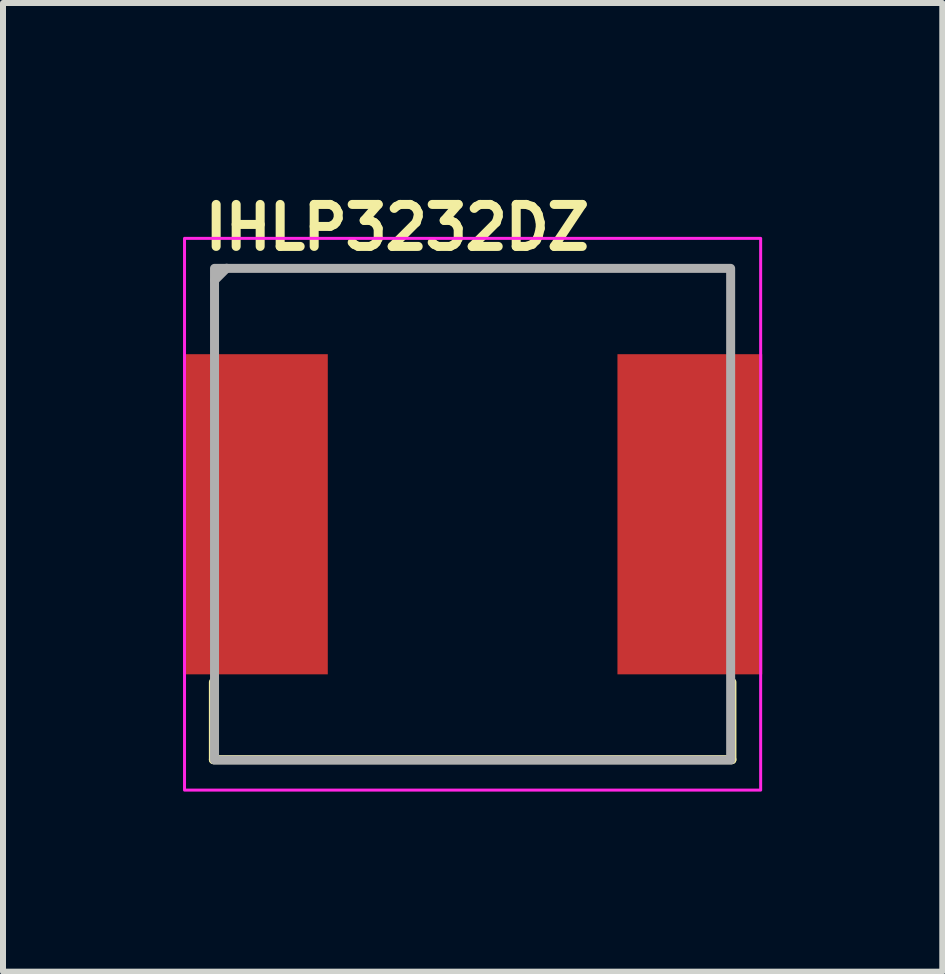
<source format=kicad_pcb>
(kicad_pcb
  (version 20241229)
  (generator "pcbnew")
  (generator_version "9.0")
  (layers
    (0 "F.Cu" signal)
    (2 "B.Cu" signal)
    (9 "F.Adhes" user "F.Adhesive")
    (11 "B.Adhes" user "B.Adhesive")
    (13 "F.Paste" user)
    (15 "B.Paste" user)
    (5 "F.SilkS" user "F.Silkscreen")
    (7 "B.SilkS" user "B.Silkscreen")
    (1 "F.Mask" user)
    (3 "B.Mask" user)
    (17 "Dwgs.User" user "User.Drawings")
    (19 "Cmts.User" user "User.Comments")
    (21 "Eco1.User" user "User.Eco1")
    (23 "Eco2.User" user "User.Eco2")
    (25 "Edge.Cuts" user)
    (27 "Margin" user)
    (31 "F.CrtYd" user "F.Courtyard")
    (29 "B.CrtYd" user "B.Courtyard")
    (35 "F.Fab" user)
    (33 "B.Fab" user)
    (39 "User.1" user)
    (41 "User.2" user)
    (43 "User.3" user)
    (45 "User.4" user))
  (footprint "IHLP3232DZ"
    (layer "F.Cu")
    (at 4.827 5.52)
    (property "Reference" "IHLP3232DZ" (at -4.54 -4.37 0) (layer "F.SilkS") (effects (font (size 0.7 0.7) (thickness 0.15)) (justify left bottom)))
    (attr smd)
    (fp_line (start -4.321 4.089) (end -4.321 2.798) (stroke (width 0.15) (type solid)) (layer "F.SilkS"))
    (fp_line (start -4.321 4.089) (end 4.32 4.089) (stroke (width 0.15) (type solid)) (layer "F.SilkS"))
    (fp_line (start 4.32 2.798) (end 4.32 4.089) (stroke (width 0.15) (type solid)) (layer "F.SilkS"))
    (fp_rect (start -4.802 -4.598) (end 4.799 4.597) (stroke (width 0.05) (type solid)) (fill no) (layer "F.CrtYd"))
    (fp_line (start -4.3 -3.9) (end -4.1 -4.1) (stroke (width 0.15) (type solid)) (layer "F.Fab"))
    (fp_rect (start -4.302 -4.098) (end 4.299 4.097) (stroke (width 0.15) (type solid)) (fill no) (layer "F.Fab"))
    (fp_rect (start -4.302 -4.098) (end 4.299 4.097) (stroke (width 0.1) (type solid)) (fill no) (layer "User.5"))
    (fp_line (start -4.302 -0.363) (end -4.302 -0.363) (stroke (width 0.02) (type solid)) (layer "User.9"))
    (fp_line (start -4.302 -0.363) (end -4.302 -0.254) (stroke (width 0.02) (type solid)) (layer "User.9"))
    (fp_line (start -4.302 -0.363) (end -4.3 -0.364) (stroke (width 0.02) (type solid)) (layer "User.9"))
    (fp_line (start -4.302 -0.363) (end -4.098 -0.363) (stroke (width 0.02) (type solid)) (layer "User.9"))
    (fp_line (start -4.302 1.142) (end -4.302 -0.254) (stroke (width 0.02) (type solid)) (layer "User.9"))
    (fp_line (start -4.302 1.142) (end -4.302 1.251) (stroke (width 0.02) (type solid)) (layer "User.9"))
    (fp_line (start -4.302 1.251) (end -4.302 2.539) (stroke (width 0.02) (type solid)) (layer "User.9"))
    (fp_line (start -4.302 2.539) (end -4.098 2.539) (stroke (width 0.02) (type solid)) (layer "User.9"))
    (fp_line (start -4.3 -0.367) (end -4.298 -0.368) (stroke (width 0.02) (type solid)) (layer "User.9"))
    (fp_line (start -4.3 -0.366) (end -4.3 -0.367) (stroke (width 0.02) (type solid)) (layer "User.9"))
    (fp_line (start -4.3 -0.366) (end -4.3 -0.366) (stroke (width 0.02) (type solid)) (layer "User.9"))
    (fp_line (start -4.3 -0.365) (end -4.3 -0.366) (stroke (width 0.02) (type solid)) (layer "User.9"))
    (fp_line (start -4.3 -0.365) (end -4.3 -0.365) (stroke (width 0.02) (type solid)) (layer "User.9"))
    (fp_line (start -4.3 -0.364) (end -4.3 -0.365) (stroke (width 0.02) (type solid)) (layer "User.9"))
    (fp_line (start -4.3 1.251) (end -4.302 1.251) (stroke (width 0.02) (type solid)) (layer "User.9"))
    (fp_line (start -4.3 1.253) (end -4.3 1.251) (stroke (width 0.02) (type solid)) (layer "User.9"))
    (fp_line (start -4.3 1.253) (end -4.3 1.253) (stroke (width 0.02) (type solid)) (layer "User.9"))
    (fp_line (start -4.298 -0.368) (end -4.297 -0.368) (stroke (width 0.02) (type solid)) (layer "User.9"))
    (fp_line (start -4.298 1.255) (end -4.3 1.253) (stroke (width 0.02) (type solid)) (layer "User.9"))
    (fp_line (start -4.297 -0.369) (end -4.297 -0.369) (stroke (width 0.02) (type solid)) (layer "User.9"))
    (fp_line (start -4.297 -0.369) (end -4.295 -0.37) (stroke (width 0.02) (type solid)) (layer "User.9"))
    (fp_line (start -4.297 -0.368) (end -4.297 -0.369) (stroke (width 0.02) (type solid)) (layer "User.9"))
    (fp_line (start -4.297 1.257) (end -4.298 1.255) (stroke (width 0.02) (type solid)) (layer "User.9"))
    (fp_line (start -4.295 -0.37) (end -4.295 -0.37) (stroke (width 0.02) (type solid)) (layer "User.9"))
    (fp_line (start -4.295 -0.37) (end -4.294 -0.371) (stroke (width 0.02) (type solid)) (layer "User.9"))
    (fp_line (start -4.295 1.257) (end -4.297 1.257) (stroke (width 0.02) (type solid)) (layer "User.9"))
    (fp_line (start -4.294 -0.371) (end -4.292 -0.372) (stroke (width 0.02) (type solid)) (layer "User.9"))
    (fp_line (start -4.294 1.259) (end -4.295 1.257) (stroke (width 0.02) (type solid)) (layer "User.9"))
    (fp_line (start -4.292 -0.372) (end -4.29 -0.372) (stroke (width 0.02) (type solid)) (layer "User.9"))
    (fp_line (start -4.29 -0.372) (end -4.289 -0.373) (stroke (width 0.02) (type solid)) (layer "User.9"))
    (fp_line (start -4.29 1.259) (end -4.294 1.259) (stroke (width 0.02) (type solid)) (layer "User.9"))
    (fp_line (start -4.289 -0.373) (end -4.287 -0.373) (stroke (width 0.02) (type solid)) (layer "User.9"))
    (fp_line (start -4.287 -0.373) (end -4.284 -0.375) (stroke (width 0.02) (type solid)) (layer "User.9"))
    (fp_line (start -4.287 1.261) (end -4.29 1.259) (stroke (width 0.02) (type solid)) (layer "User.9"))
    (fp_line (start -4.284 -0.375) (end -4.281 -0.376) (stroke (width 0.02) (type solid)) (layer "User.9"))
    (fp_line (start -4.284 1.263) (end -4.287 1.261) (stroke (width 0.02) (type solid)) (layer "User.9"))
    (fp_line (start -4.281 -0.376) (end -4.278 -0.377) (stroke (width 0.02) (type solid)) (layer "User.9"))
    (fp_line (start -4.281 1.263) (end -4.284 1.263) (stroke (width 0.02) (type solid)) (layer "User.9"))
    (fp_line (start -4.278 -0.377) (end -4.273 -0.378) (stroke (width 0.02) (type solid)) (layer "User.9"))
    (fp_line (start -4.278 1.265) (end -4.281 1.263) (stroke (width 0.02) (type solid)) (layer "User.9"))
    (fp_line (start -4.273 -0.378) (end -4.27 -0.379) (stroke (width 0.02) (type solid)) (layer "User.9"))
    (fp_line (start -4.273 1.265) (end -4.278 1.265) (stroke (width 0.02) (type solid)) (layer "User.9"))
    (fp_line (start -4.27 -0.379) (end -4.265 -0.38) (stroke (width 0.02) (type solid)) (layer "User.9"))
    (fp_line (start -4.27 1.267) (end -4.273 1.265) (stroke (width 0.02) (type solid)) (layer "User.9"))
    (fp_line (start -4.265 -0.38) (end -4.26 -0.381) (stroke (width 0.02) (type solid)) (layer "User.9"))
    (fp_line (start -4.26 -0.381) (end -4.098 -0.381) (stroke (width 0.02) (type solid)) (layer "User.9"))
    (fp_line (start -4.26 1.269) (end -4.27 1.267) (stroke (width 0.02) (type solid)) (layer "User.9"))
    (fp_line (start -4.098 -3.093) (end -4.098 -2.54) (stroke (width 0.02) (type solid)) (layer "User.9"))
    (fp_line (start -4.098 -2.54) (end -4.302 -2.54) (stroke (width 0.02) (type solid)) (layer "User.9"))
    (fp_line (start -4.098 -2.54) (end -3.844 -2.54) (stroke (width 0.02) (type solid)) (layer "User.9"))
    (fp_line (start -4.098 -0.381) (end -4.098 1.269) (stroke (width 0.02) (type solid)) (layer "User.9"))
    (fp_line (start -4.098 -0.363) (end -4.098 -0.254) (stroke (width 0.02) (type solid)) (layer "User.9"))
    (fp_line (start -4.098 1.142) (end -4.098 -0.254) (stroke (width 0.02) (type solid)) (layer "User.9"))
    (fp_line (start -4.098 1.142) (end -4.098 1.251) (stroke (width 0.02) (type solid)) (layer "User.9"))
    (fp_line (start -4.098 1.251) (end -4.302 1.251) (stroke (width 0.02) (type solid)) (layer "User.9"))
    (fp_line (start -4.098 1.269) (end -4.26 1.269) (stroke (width 0.02) (type solid)) (layer "User.9"))
    (fp_line (start -4.098 2.539) (end -4.098 3.091) (stroke (width 0.02) (type solid)) (layer "User.9"))
    (fp_line (start -4.098 3.091) (end -4.096 3.14) (stroke (width 0.02) (type solid)) (layer "User.9"))
    (fp_line (start -4.096 -3.142) (end -4.098 -3.093) (stroke (width 0.02) (type solid)) (layer "User.9"))
    (fp_line (start -4.096 3.14) (end -4.093 3.189) (stroke (width 0.02) (type solid)) (layer "User.9"))
    (fp_line (start -4.093 -3.192) (end -4.096 -3.142) (stroke (width 0.02) (type solid)) (layer "User.9"))
    (fp_line (start -4.093 3.189) (end -4.087 3.238) (stroke (width 0.02) (type solid)) (layer "User.9"))
    (fp_line (start -4.087 -3.241) (end -4.093 -3.192) (stroke (width 0.02) (type solid)) (layer "User.9"))
    (fp_line (start -4.087 3.238) (end -4.079 3.288) (stroke (width 0.02) (type solid)) (layer "User.9"))
    (fp_line (start -4.079 -3.29) (end -4.087 -3.241) (stroke (width 0.02) (type solid)) (layer "User.9"))
    (fp_line (start -4.079 3.288) (end -4.068 3.335) (stroke (width 0.02) (type solid)) (layer "User.9"))
    (fp_line (start -4.068 -3.338) (end -4.079 -3.29) (stroke (width 0.02) (type solid)) (layer "User.9"))
    (fp_line (start -4.068 3.335) (end -4.055 3.382) (stroke (width 0.02) (type solid)) (layer "User.9"))
    (fp_line (start -4.055 -3.384) (end -4.068 -3.338) (stroke (width 0.02) (type solid)) (layer "User.9"))
    (fp_line (start -4.055 3.382) (end -4.039 3.43) (stroke (width 0.02) (type solid)) (layer "User.9"))
    (fp_line (start -4.039 -3.431) (end -4.055 -3.384) (stroke (width 0.02) (type solid)) (layer "User.9"))
    (fp_line (start -4.039 3.43) (end -4.021 3.475) (stroke (width 0.02) (type solid)) (layer "User.9"))
    (fp_line (start -4.021 -3.477) (end -4.039 -3.431) (stroke (width 0.02) (type solid)) (layer "User.9"))
    (fp_line (start -4.021 3.475) (end -4.002 3.519) (stroke (width 0.02) (type solid)) (layer "User.9"))
    (fp_line (start -4.002 -3.521) (end -4.021 -3.477) (stroke (width 0.02) (type solid)) (layer "User.9"))
    (fp_line (start -4.002 3.519) (end -3.98 3.563) (stroke (width 0.02) (type solid)) (layer "User.9"))
    (fp_line (start -3.98 -3.565) (end -4.002 -3.521) (stroke (width 0.02) (type solid)) (layer "User.9"))
    (fp_line (start -3.98 3.563) (end -3.955 3.607) (stroke (width 0.02) (type solid)) (layer "User.9"))
    (fp_line (start -3.955 -3.609) (end -3.98 -3.565) (stroke (width 0.02) (type solid)) (layer "User.9"))
    (fp_line (start -3.955 3.607) (end -3.93 3.648) (stroke (width 0.02) (type solid)) (layer "User.9"))
    (fp_line (start -3.93 -3.65) (end -3.955 -3.609) (stroke (width 0.02) (type solid)) (layer "User.9"))
    (fp_line (start -3.93 3.648) (end -3.9 3.688) (stroke (width 0.02) (type solid)) (layer "User.9"))
    (fp_line (start -3.9 -3.69) (end -3.93 -3.65) (stroke (width 0.02) (type solid)) (layer "User.9"))
    (fp_line (start -3.9 3.688) (end -3.871 3.728) (stroke (width 0.02) (type solid)) (layer "User.9"))
    (fp_line (start -3.871 -3.73) (end -3.9 -3.69) (stroke (width 0.02) (type solid)) (layer "User.9"))
    (fp_line (start -3.871 3.728) (end -3.838 3.765) (stroke (width 0.02) (type solid)) (layer "User.9"))
    (fp_line (start -3.844 -3.041) (end -3.843 -3.092) (stroke (width 0.02) (type solid)) (layer "User.9"))
    (fp_line (start -3.844 -0.381) (end -4.098 -0.381) (stroke (width 0.02) (type solid)) (layer "User.9"))
    (fp_line (start -3.844 1.269) (end -4.098 1.269) (stroke (width 0.02) (type solid)) (layer "User.9"))
    (fp_line (start -3.844 1.269) (end -4.098 1.269) (stroke (width 0.02) (type solid)) (layer "User.9"))
    (fp_line (start -3.844 2.539) (end -4.098 2.539) (stroke (width 0.02) (type solid)) (layer "User.9"))
    (fp_line (start -3.844 3.039) (end -3.844 -3.041) (stroke (width 0.02) (type solid)) (layer "User.9"))
    (fp_line (start -3.843 -3.092) (end -3.839 -3.141) (stroke (width 0.02) (type solid)) (layer "User.9"))
    (fp_line (start -3.843 3.089) (end -3.844 3.039) (stroke (width 0.02) (type solid)) (layer "User.9"))
    (fp_line (start -3.839 -3.141) (end -3.833 -3.189) (stroke (width 0.02) (type solid)) (layer "User.9"))
    (fp_line (start -3.839 3.139) (end -3.843 3.089) (stroke (width 0.02) (type solid)) (layer "User.9"))
    (fp_line (start -3.838 -3.767) (end -3.871 -3.73) (stroke (width 0.02) (type solid)) (layer "User.9"))
    (fp_line (start -3.838 3.765) (end -3.803 3.801) (stroke (width 0.02) (type solid)) (layer "User.9"))
    (fp_line (start -3.833 -3.189) (end -3.825 -3.238) (stroke (width 0.02) (type solid)) (layer "User.9"))
    (fp_line (start -3.833 3.188) (end -3.839 3.139) (stroke (width 0.02) (type solid)) (layer "User.9"))
    (fp_line (start -3.825 -3.238) (end -3.814 -3.286) (stroke (width 0.02) (type solid)) (layer "User.9"))
    (fp_line (start -3.825 3.237) (end -3.833 3.188) (stroke (width 0.02) (type solid)) (layer "User.9"))
    (fp_line (start -3.814 -3.286) (end -3.801 -3.334) (stroke (width 0.02) (type solid)) (layer "User.9"))
    (fp_line (start -3.814 3.285) (end -3.825 3.237) (stroke (width 0.02) (type solid)) (layer "User.9"))
    (fp_line (start -3.803 -3.803) (end -3.838 -3.767) (stroke (width 0.02) (type solid)) (layer "User.9"))
    (fp_line (start -3.803 -3.803) (end -3.803 -3.803) (stroke (width 0.02) (type solid)) (layer "User.9"))
    (fp_line (start -3.803 3.801) (end -3.803 3.801) (stroke (width 0.02) (type solid)) (layer "User.9"))
    (fp_line (start -3.803 3.801) (end -3.767 3.836) (stroke (width 0.02) (type solid)) (layer "User.9"))
    (fp_line (start -3.801 -3.334) (end -3.786 -3.38) (stroke (width 0.02) (type solid)) (layer "User.9"))
    (fp_line (start -3.801 3.331) (end -3.814 3.285) (stroke (width 0.02) (type solid)) (layer "User.9"))
    (fp_line (start -3.786 -3.38) (end -3.767 -3.427) (stroke (width 0.02) (type solid)) (layer "User.9"))
    (fp_line (start -3.786 3.378) (end -3.801 3.331) (stroke (width 0.02) (type solid)) (layer "User.9"))
    (fp_line (start -3.767 -3.838) (end -3.803 -3.803) (stroke (width 0.02) (type solid)) (layer "User.9"))
    (fp_line (start -3.767 -3.427) (end -3.747 -3.472) (stroke (width 0.02) (type solid)) (layer "User.9"))
    (fp_line (start -3.767 3.425) (end -3.786 3.378) (stroke (width 0.02) (type solid)) (layer "User.9"))
    (fp_line (start -3.767 3.836) (end -3.73 3.869) (stroke (width 0.02) (type solid)) (layer "User.9"))
    (fp_line (start -3.747 -3.472) (end -3.726 -3.516) (stroke (width 0.02) (type solid)) (layer "User.9"))
    (fp_line (start -3.747 3.47) (end -3.767 3.425) (stroke (width 0.02) (type solid)) (layer "User.9"))
    (fp_line (start -3.73 -3.871) (end -3.767 -3.838) (stroke (width 0.02) (type solid)) (layer "User.9"))
    (fp_line (start -3.73 3.869) (end -3.69 3.898) (stroke (width 0.02) (type solid)) (layer "User.9"))
    (fp_line (start -3.726 -3.516) (end -3.701 -3.557) (stroke (width 0.02) (type solid)) (layer "User.9"))
    (fp_line (start -3.726 3.514) (end -3.747 3.47) (stroke (width 0.02) (type solid)) (layer "User.9"))
    (fp_line (start -3.701 -3.557) (end -3.676 -3.6) (stroke (width 0.02) (type solid)) (layer "User.9"))
    (fp_line (start -3.701 3.555) (end -3.726 3.514) (stroke (width 0.02) (type solid)) (layer "User.9"))
    (fp_line (start -3.69 -3.9) (end -3.73 -3.871) (stroke (width 0.02) (type solid)) (layer "User.9"))
    (fp_line (start -3.69 3.898) (end -3.65 3.927) (stroke (width 0.02) (type solid)) (layer "User.9"))
    (fp_line (start -3.676 -3.6) (end -3.646 -3.64) (stroke (width 0.02) (type solid)) (layer "User.9"))
    (fp_line (start -3.676 3.597) (end -3.701 3.555) (stroke (width 0.02) (type solid)) (layer "User.9"))
    (fp_line (start -3.65 -3.93) (end -3.69 -3.9) (stroke (width 0.02) (type solid)) (layer "User.9"))
    (fp_line (start -3.65 3.927) (end -3.609 3.954) (stroke (width 0.02) (type solid)) (layer "User.9"))
    (fp_line (start -3.646 -3.64) (end -3.617 -3.678) (stroke (width 0.02) (type solid)) (layer "User.9"))
    (fp_line (start -3.646 3.637) (end -3.676 3.597) (stroke (width 0.02) (type solid)) (layer "User.9"))
    (fp_line (start -3.617 -3.678) (end -3.584 -3.717) (stroke (width 0.02) (type solid)) (layer "User.9"))
    (fp_line (start -3.617 3.676) (end -3.646 3.637) (stroke (width 0.02) (type solid)) (layer "User.9"))
    (fp_line (start -3.609 -3.955) (end -3.65 -3.93) (stroke (width 0.02) (type solid)) (layer "User.9"))
    (fp_line (start -3.609 3.954) (end -3.565 3.978) (stroke (width 0.02) (type solid)) (layer "User.9"))
    (fp_line (start -3.584 -3.717) (end -3.549 -3.753) (stroke (width 0.02) (type solid)) (layer "User.9"))
    (fp_line (start -3.584 3.714) (end -3.617 3.676) (stroke (width 0.02) (type solid)) (layer "User.9"))
    (fp_line (start -3.565 -3.98) (end -3.609 -3.955) (stroke (width 0.02) (type solid)) (layer "User.9"))
    (fp_line (start -3.565 3.978) (end -3.521 3.999) (stroke (width 0.02) (type solid)) (layer "User.9"))
    (fp_line (start -3.549 -3.753) (end -3.549 -3.753) (stroke (width 0.02) (type solid)) (layer "User.9"))
    (fp_line (start -3.549 -3.753) (end -3.513 -3.787) (stroke (width 0.02) (type solid)) (layer "User.9"))
    (fp_line (start -3.549 3.75) (end -3.584 3.714) (stroke (width 0.02) (type solid)) (layer "User.9"))
    (fp_line (start -3.549 3.75) (end -3.549 3.75) (stroke (width 0.02) (type solid)) (layer "User.9"))
    (fp_line (start -3.521 -4.002) (end -3.565 -3.98) (stroke (width 0.02) (type solid)) (layer "User.9"))
    (fp_line (start -3.521 3.999) (end -3.477 4.02) (stroke (width 0.02) (type solid)) (layer "User.9"))
    (fp_line (start -3.513 -3.787) (end -3.476 -3.819) (stroke (width 0.02) (type solid)) (layer "User.9"))
    (fp_line (start -3.513 3.785) (end -3.549 3.75) (stroke (width 0.02) (type solid)) (layer "User.9"))
    (fp_line (start -3.477 -4.021) (end -3.521 -4.002) (stroke (width 0.02) (type solid)) (layer "User.9"))
    (fp_line (start -3.477 4.02) (end -3.431 4.038) (stroke (width 0.02) (type solid)) (layer "User.9"))
    (fp_line (start -3.476 -3.819) (end -3.436 -3.85) (stroke (width 0.02) (type solid)) (layer "User.9"))
    (fp_line (start -3.476 3.817) (end -3.513 3.785) (stroke (width 0.02) (type solid)) (layer "User.9"))
    (fp_line (start -3.436 -3.85) (end -3.396 -3.879) (stroke (width 0.02) (type solid)) (layer "User.9"))
    (fp_line (start -3.436 3.847) (end -3.476 3.817) (stroke (width 0.02) (type solid)) (layer "User.9"))
    (fp_line (start -3.431 -4.039) (end -3.477 -4.021) (stroke (width 0.02) (type solid)) (layer "User.9"))
    (fp_line (start -3.431 4.038) (end -3.384 4.052) (stroke (width 0.02) (type solid)) (layer "User.9"))
    (fp_line (start -3.396 -3.879) (end -3.355 -3.904) (stroke (width 0.02) (type solid)) (layer "User.9"))
    (fp_line (start -3.396 3.877) (end -3.436 3.847) (stroke (width 0.02) (type solid)) (layer "User.9"))
    (fp_line (start -3.384 -4.055) (end -3.431 -4.039) (stroke (width 0.02) (type solid)) (layer "User.9"))
    (fp_line (start -3.384 4.052) (end -3.338 4.065) (stroke (width 0.02) (type solid)) (layer "User.9"))
    (fp_line (start -3.355 -3.904) (end -3.311 -3.928) (stroke (width 0.02) (type solid)) (layer "User.9"))
    (fp_line (start -3.355 3.902) (end -3.396 3.877) (stroke (width 0.02) (type solid)) (layer "User.9"))
    (fp_line (start -3.338 -4.068) (end -3.384 -4.055) (stroke (width 0.02) (type solid)) (layer "User.9"))
    (fp_line (start -3.338 4.065) (end -3.29 4.076) (stroke (width 0.02) (type solid)) (layer "User.9"))
    (fp_line (start -3.311 -3.928) (end -3.267 -3.951) (stroke (width 0.02) (type solid)) (layer "User.9"))
    (fp_line (start -3.311 3.926) (end -3.355 3.902) (stroke (width 0.02) (type solid)) (layer "User.9"))
    (fp_line (start -3.29 -4.079) (end -3.338 -4.068) (stroke (width 0.02) (type solid)) (layer "User.9"))
    (fp_line (start -3.29 4.076) (end -3.241 4.084) (stroke (width 0.02) (type solid)) (layer "User.9"))
    (fp_line (start -3.267 -3.951) (end -3.223 -3.971) (stroke (width 0.02) (type solid)) (layer "User.9"))
    (fp_line (start -3.267 3.949) (end -3.311 3.926) (stroke (width 0.02) (type solid)) (layer "User.9"))
    (fp_line (start -3.241 -4.087) (end -3.29 -4.079) (stroke (width 0.02) (type solid)) (layer "User.9"))
    (fp_line (start -3.241 4.084) (end -3.192 4.092) (stroke (width 0.02) (type solid)) (layer "User.9"))
    (fp_line (start -3.223 -3.971) (end -3.177 -3.988) (stroke (width 0.02) (type solid)) (layer "User.9"))
    (fp_line (start -3.223 3.968) (end -3.267 3.949) (stroke (width 0.02) (type solid)) (layer "User.9"))
    (fp_line (start -3.192 -4.093) (end -3.241 -4.087) (stroke (width 0.02) (type solid)) (layer "User.9"))
    (fp_line (start -3.192 4.092) (end -3.142 4.094) (stroke (width 0.02) (type solid)) (layer "User.9"))
    (fp_line (start -3.177 -3.988) (end -3.13 -4.004) (stroke (width 0.02) (type solid)) (layer "User.9"))
    (fp_line (start -3.177 3.987) (end -3.223 3.968) (stroke (width 0.02) (type solid)) (layer "User.9"))
    (fp_line (start -3.142 -4.096) (end -3.192 -4.093) (stroke (width 0.02) (type solid)) (layer "User.9"))
    (fp_line (start -3.142 4.094) (end -3.093 4.097) (stroke (width 0.02) (type solid)) (layer "User.9"))
    (fp_line (start -3.13 -4.004) (end -3.084 -4.016) (stroke (width 0.02) (type solid)) (layer "User.9"))
    (fp_line (start -3.13 4.001) (end -3.177 3.987) (stroke (width 0.02) (type solid)) (layer "User.9"))
    (fp_line (start -3.093 -4.098) (end -3.142 -4.096) (stroke (width 0.02) (type solid)) (layer "User.9"))
    (fp_line (start -3.093 4.097) (end 3.091 4.097) (stroke (width 0.02) (type solid)) (layer "User.9"))
    (fp_line (start -3.084 -4.016) (end -3.036 -4.028) (stroke (width 0.02) (type solid)) (layer "User.9"))
    (fp_line (start -3.084 4.014) (end -3.13 4.001) (stroke (width 0.02) (type solid)) (layer "User.9"))
    (fp_line (start -3.036 -4.028) (end -2.987 -4.037) (stroke (width 0.02) (type solid)) (layer "User.9"))
    (fp_line (start -3.036 4.025) (end -3.084 4.014) (stroke (width 0.02) (type solid)) (layer "User.9"))
    (fp_line (start -2.987 -4.037) (end -2.938 -4.042) (stroke (width 0.02) (type solid)) (layer "User.9"))
    (fp_line (start -2.987 4.035) (end -3.036 4.025) (stroke (width 0.02) (type solid)) (layer "User.9"))
    (fp_line (start -2.938 -4.042) (end -2.888 -4.045) (stroke (width 0.02) (type solid)) (layer "User.9"))
    (fp_line (start -2.938 4.041) (end -2.987 4.035) (stroke (width 0.02) (type solid)) (layer "User.9"))
    (fp_line (start -2.888 -4.045) (end -2.839 -4.047) (stroke (width 0.02) (type solid)) (layer "User.9"))
    (fp_line (start -2.888 4.044) (end -2.938 4.041) (stroke (width 0.02) (type solid)) (layer "User.9"))
    (fp_line (start -2.839 -4.047) (end 2.837 -4.047) (stroke (width 0.02) (type solid)) (layer "User.9"))
    (fp_line (start -2.839 4.046) (end -2.888 4.044) (stroke (width 0.02) (type solid)) (layer "User.9"))
    (fp_line (start 2.837 -4.047) (end 2.886 -4.045) (stroke (width 0.02) (type solid)) (layer "User.9"))
    (fp_line (start 2.837 4.046) (end -2.839 4.046) (stroke (width 0.02) (type solid)) (layer "User.9"))
    (fp_line (start 2.886 -4.045) (end 2.935 -4.042) (stroke (width 0.02) (type solid)) (layer "User.9"))
    (fp_line (start 2.886 4.044) (end 2.837 4.046) (stroke (width 0.02) (type solid)) (layer "User.9"))
    (fp_line (start 2.935 -4.042) (end 2.984 -4.037) (stroke (width 0.02) (type solid)) (layer "User.9"))
    (fp_line (start 2.935 4.041) (end 2.886 4.044) (stroke (width 0.02) (type solid)) (layer "User.9"))
    (fp_line (start 2.984 -4.037) (end 3.034 -4.028) (stroke (width 0.02) (type solid)) (layer "User.9"))
    (fp_line (start 2.984 4.035) (end 2.935 4.041) (stroke (width 0.02) (type solid)) (layer "User.9"))
    (fp_line (start 3.034 -4.028) (end 3.081 -4.016) (stroke (width 0.02) (type solid)) (layer "User.9"))
    (fp_line (start 3.034 4.025) (end 2.984 4.035) (stroke (width 0.02) (type solid)) (layer "User.9"))
    (fp_line (start 3.081 -4.016) (end 3.128 -4.004) (stroke (width 0.02) (type solid)) (layer "User.9"))
    (fp_line (start 3.081 4.014) (end 3.034 4.025) (stroke (width 0.02) (type solid)) (layer "User.9"))
    (fp_line (start 3.091 -4.098) (end -3.093 -4.098) (stroke (width 0.02) (type solid)) (layer "User.9"))
    (fp_line (start 3.091 4.097) (end 3.14 4.094) (stroke (width 0.02) (type solid)) (layer "User.9"))
    (fp_line (start 3.128 -4.004) (end 3.176 -3.988) (stroke (width 0.02) (type solid)) (layer "User.9"))
    (fp_line (start 3.128 4.001) (end 3.081 4.014) (stroke (width 0.02) (type solid)) (layer "User.9"))
    (fp_line (start 3.14 -4.096) (end 3.091 -4.098) (stroke (width 0.02) (type solid)) (layer "User.9"))
    (fp_line (start 3.14 4.094) (end 3.189 4.092) (stroke (width 0.02) (type solid)) (layer "User.9"))
    (fp_line (start 3.176 -3.988) (end 3.221 -3.971) (stroke (width 0.02) (type solid)) (layer "User.9"))
    (fp_line (start 3.176 3.987) (end 3.128 4.001) (stroke (width 0.02) (type solid)) (layer "User.9"))
    (fp_line (start 3.189 -4.093) (end 3.14 -4.096) (stroke (width 0.02) (type solid)) (layer "User.9"))
    (fp_line (start 3.189 4.092) (end 3.238 4.084) (stroke (width 0.02) (type solid)) (layer "User.9"))
    (fp_line (start 3.221 -3.971) (end 3.265 -3.951) (stroke (width 0.02) (type solid)) (layer "User.9"))
    (fp_line (start 3.221 3.968) (end 3.176 3.987) (stroke (width 0.02) (type solid)) (layer "User.9"))
    (fp_line (start 3.238 -4.087) (end 3.189 -4.093) (stroke (width 0.02) (type solid)) (layer "User.9"))
    (fp_line (start 3.238 4.084) (end 3.288 4.076) (stroke (width 0.02) (type solid)) (layer "User.9"))
    (fp_line (start 3.265 -3.951) (end 3.309 -3.928) (stroke (width 0.02) (type solid)) (layer "User.9"))
    (fp_line (start 3.265 3.949) (end 3.221 3.968) (stroke (width 0.02) (type solid)) (layer "User.9"))
    (fp_line (start 3.288 -4.079) (end 3.238 -4.087) (stroke (width 0.02) (type solid)) (layer "User.9"))
    (fp_line (start 3.288 4.076) (end 3.335 4.065) (stroke (width 0.02) (type solid)) (layer "User.9"))
    (fp_line (start 3.309 -3.928) (end 3.353 -3.904) (stroke (width 0.02) (type solid)) (layer "User.9"))
    (fp_line (start 3.309 3.926) (end 3.265 3.949) (stroke (width 0.02) (type solid)) (layer "User.9"))
    (fp_line (start 3.335 -4.068) (end 3.288 -4.079) (stroke (width 0.02) (type solid)) (layer "User.9"))
    (fp_line (start 3.335 4.065) (end 3.382 4.052) (stroke (width 0.02) (type solid)) (layer "User.9"))
    (fp_line (start 3.353 -3.904) (end 3.394 -3.879) (stroke (width 0.02) (type solid)) (layer "User.9"))
    (fp_line (start 3.353 3.902) (end 3.309 3.926) (stroke (width 0.02) (type solid)) (layer "User.9"))
    (fp_line (start 3.382 -4.055) (end 3.335 -4.068) (stroke (width 0.02) (type solid)) (layer "User.9"))
    (fp_line (start 3.382 4.052) (end 3.43 4.038) (stroke (width 0.02) (type solid)) (layer "User.9"))
    (fp_line (start 3.394 -3.879) (end 3.434 -3.85) (stroke (width 0.02) (type solid)) (layer "User.9"))
    (fp_line (start 3.394 3.877) (end 3.353 3.902) (stroke (width 0.02) (type solid)) (layer "User.9"))
    (fp_line (start 3.43 -4.039) (end 3.382 -4.055) (stroke (width 0.02) (type solid)) (layer "User.9"))
    (fp_line (start 3.43 4.038) (end 3.475 4.02) (stroke (width 0.02) (type solid)) (layer "User.9"))
    (fp_line (start 3.434 -3.85) (end 3.474 -3.819) (stroke (width 0.02) (type solid)) (layer "User.9"))
    (fp_line (start 3.434 3.847) (end 3.394 3.877) (stroke (width 0.02) (type solid)) (layer "User.9"))
    (fp_line (start 3.474 -3.819) (end 3.511 -3.787) (stroke (width 0.02) (type solid)) (layer "User.9"))
    (fp_line (start 3.474 3.817) (end 3.434 3.847) (stroke (width 0.02) (type solid)) (layer "User.9"))
    (fp_line (start 3.475 -4.021) (end 3.43 -4.039) (stroke (width 0.02) (type solid)) (layer "User.9"))
    (fp_line (start 3.475 4.02) (end 3.519 3.999) (stroke (width 0.02) (type solid)) (layer "User.9"))
    (fp_line (start 3.511 -3.787) (end 3.547 -3.753) (stroke (width 0.02) (type solid)) (layer "User.9"))
    (fp_line (start 3.511 3.785) (end 3.474 3.817) (stroke (width 0.02) (type solid)) (layer "User.9"))
    (fp_line (start 3.519 -4.002) (end 3.475 -4.021) (stroke (width 0.02) (type solid)) (layer "User.9"))
    (fp_line (start 3.519 3.999) (end 3.563 3.978) (stroke (width 0.02) (type solid)) (layer "User.9"))
    (fp_line (start 3.547 -3.753) (end 3.547 -3.753) (stroke (width 0.02) (type solid)) (layer "User.9"))
    (fp_line (start 3.547 -3.753) (end 3.582 -3.717) (stroke (width 0.02) (type solid)) (layer "User.9"))
    (fp_line (start 3.547 3.75) (end 3.511 3.785) (stroke (width 0.02) (type solid)) (layer "User.9"))
    (fp_line (start 3.547 3.75) (end 3.547 3.75) (stroke (width 0.02) (type solid)) (layer "User.9"))
    (fp_line (start 3.563 -3.98) (end 3.519 -4.002) (stroke (width 0.02) (type solid)) (layer "User.9"))
    (fp_line (start 3.563 3.978) (end 3.607 3.954) (stroke (width 0.02) (type solid)) (layer "User.9"))
    (fp_line (start 3.582 -3.717) (end 3.615 -3.678) (stroke (width 0.02) (type solid)) (layer "User.9"))
    (fp_line (start 3.582 3.714) (end 3.547 3.75) (stroke (width 0.02) (type solid)) (layer "User.9"))
    (fp_line (start 3.607 -3.955) (end 3.563 -3.98) (stroke (width 0.02) (type solid)) (layer "User.9"))
    (fp_line (start 3.607 3.954) (end 3.648 3.927) (stroke (width 0.02) (type solid)) (layer "User.9"))
    (fp_line (start 3.615 -3.678) (end 3.644 -3.64) (stroke (width 0.02) (type solid)) (layer "User.9"))
    (fp_line (start 3.615 3.676) (end 3.582 3.714) (stroke (width 0.02) (type solid)) (layer "User.9"))
    (fp_line (start 3.644 -3.64) (end 3.673 -3.6) (stroke (width 0.02) (type solid)) (layer "User.9"))
    (fp_line (start 3.644 3.637) (end 3.615 3.676) (stroke (width 0.02) (type solid)) (layer "User.9"))
    (fp_line (start 3.648 -3.93) (end 3.607 -3.955) (stroke (width 0.02) (type solid)) (layer "User.9"))
    (fp_line (start 3.648 3.927) (end 3.688 3.898) (stroke (width 0.02) (type solid)) (layer "User.9"))
    (fp_line (start 3.673 -3.6) (end 3.7 -3.557) (stroke (width 0.02) (type solid)) (layer "User.9"))
    (fp_line (start 3.673 3.597) (end 3.644 3.637) (stroke (width 0.02) (type solid)) (layer "User.9"))
    (fp_line (start 3.688 -3.9) (end 3.648 -3.93) (stroke (width 0.02) (type solid)) (layer "User.9"))
    (fp_line (start 3.688 3.898) (end 3.728 3.869) (stroke (width 0.02) (type solid)) (layer "User.9"))
    (fp_line (start 3.7 -3.557) (end 3.724 -3.516) (stroke (width 0.02) (type solid)) (layer "User.9"))
    (fp_line (start 3.7 3.555) (end 3.673 3.597) (stroke (width 0.02) (type solid)) (layer "User.9"))
    (fp_line (start 3.724 -3.516) (end 3.745 -3.472) (stroke (width 0.02) (type solid)) (layer "User.9"))
    (fp_line (start 3.724 3.514) (end 3.7 3.555) (stroke (width 0.02) (type solid)) (layer "User.9"))
    (fp_line (start 3.728 -3.871) (end 3.688 -3.9) (stroke (width 0.02) (type solid)) (layer "User.9"))
    (fp_line (start 3.728 3.869) (end 3.765 3.836) (stroke (width 0.02) (type solid)) (layer "User.9"))
    (fp_line (start 3.745 -3.472) (end 3.765 -3.427) (stroke (width 0.02) (type solid)) (layer "User.9"))
    (fp_line (start 3.745 3.47) (end 3.724 3.514) (stroke (width 0.02) (type solid)) (layer "User.9"))
    (fp_line (start 3.765 -3.838) (end 3.728 -3.871) (stroke (width 0.02) (type solid)) (layer "User.9"))
    (fp_line (start 3.765 -3.427) (end 3.784 -3.38) (stroke (width 0.02) (type solid)) (layer "User.9"))
    (fp_line (start 3.765 3.425) (end 3.745 3.47) (stroke (width 0.02) (type solid)) (layer "User.9"))
    (fp_line (start 3.765 3.836) (end 3.801 3.801) (stroke (width 0.02) (type solid)) (layer "User.9"))
    (fp_line (start 3.784 -3.38) (end 3.798 -3.334) (stroke (width 0.02) (type solid)) (layer "User.9"))
    (fp_line (start 3.784 3.378) (end 3.765 3.425) (stroke (width 0.02) (type solid)) (layer "User.9"))
    (fp_line (start 3.798 -3.334) (end 3.812 -3.286) (stroke (width 0.02) (type solid)) (layer "User.9"))
    (fp_line (start 3.798 3.331) (end 3.784 3.378) (stroke (width 0.02) (type solid)) (layer "User.9"))
    (fp_line (start 3.801 -3.803) (end 3.765 -3.838) (stroke (width 0.02) (type solid)) (layer "User.9"))
    (fp_line (start 3.801 -3.803) (end 3.801 -3.803) (stroke (width 0.02) (type solid)) (layer "User.9"))
    (fp_line (start 3.801 3.801) (end 3.801 3.801) (stroke (width 0.02) (type solid)) (layer "User.9"))
    (fp_line (start 3.801 3.801) (end 3.836 3.765) (stroke (width 0.02) (type solid)) (layer "User.9"))
    (fp_line (start 3.812 -3.286) (end 3.822 -3.238) (stroke (width 0.02) (type solid)) (layer "User.9"))
    (fp_line (start 3.812 3.285) (end 3.798 3.331) (stroke (width 0.02) (type solid)) (layer "User.9"))
    (fp_line (start 3.822 -3.238) (end 3.83 -3.189) (stroke (width 0.02) (type solid)) (layer "User.9"))
    (fp_line (start 3.822 3.237) (end 3.812 3.285) (stroke (width 0.02) (type solid)) (layer "User.9"))
    (fp_line (start 3.83 -3.189) (end 3.837 -3.141) (stroke (width 0.02) (type solid)) (layer "User.9"))
    (fp_line (start 3.83 3.188) (end 3.822 3.237) (stroke (width 0.02) (type solid)) (layer "User.9"))
    (fp_line (start 3.836 -3.767) (end 3.801 -3.803) (stroke (width 0.02) (type solid)) (layer "User.9"))
    (fp_line (start 3.836 3.765) (end 3.869 3.728) (stroke (width 0.02) (type solid)) (layer "User.9"))
    (fp_line (start 3.837 -3.141) (end 3.841 -3.092) (stroke (width 0.02) (type solid)) (layer "User.9"))
    (fp_line (start 3.837 3.139) (end 3.83 3.188) (stroke (width 0.02) (type solid)) (layer "User.9"))
    (fp_line (start 3.841 -3.092) (end 3.842 -3.041) (stroke (width 0.02) (type solid)) (layer "User.9"))
    (fp_line (start 3.841 3.089) (end 3.837 3.139) (stroke (width 0.02) (type solid)) (layer "User.9"))
    (fp_line (start 3.842 -3.041) (end 3.842 3.039) (stroke (width 0.02) (type solid)) (layer "User.9"))
    (fp_line (start 3.842 3.039) (end 3.841 3.089) (stroke (width 0.02) (type solid)) (layer "User.9"))
    (fp_line (start 3.869 -3.73) (end 3.836 -3.767) (stroke (width 0.02) (type solid)) (layer "User.9"))
    (fp_line (start 3.869 3.728) (end 3.898 3.688) (stroke (width 0.02) (type solid)) (layer "User.9"))
    (fp_line (start 3.898 -3.69) (end 3.869 -3.73) (stroke (width 0.02) (type solid)) (layer "User.9"))
    (fp_line (start 3.898 3.688) (end 3.927 3.648) (stroke (width 0.02) (type solid)) (layer "User.9"))
    (fp_line (start 3.927 -3.65) (end 3.898 -3.69) (stroke (width 0.02) (type solid)) (layer "User.9"))
    (fp_line (start 3.927 3.648) (end 3.954 3.607) (stroke (width 0.02) (type solid)) (layer "User.9"))
    (fp_line (start 3.954 -3.609) (end 3.927 -3.65) (stroke (width 0.02) (type solid)) (layer "User.9"))
    (fp_line (start 3.954 3.607) (end 3.978 3.563) (stroke (width 0.02) (type solid)) (layer "User.9"))
    (fp_line (start 3.978 -3.565) (end 3.954 -3.609) (stroke (width 0.02) (type solid)) (layer "User.9"))
    (fp_line (start 3.978 3.563) (end 3.999 3.519) (stroke (width 0.02) (type solid)) (layer "User.9"))
    (fp_line (start 3.999 -3.521) (end 3.978 -3.565) (stroke (width 0.02) (type solid)) (layer "User.9"))
    (fp_line (start 3.999 3.519) (end 4.02 3.475) (stroke (width 0.02) (type solid)) (layer "User.9"))
    (fp_line (start 4.02 -3.477) (end 3.999 -3.521) (stroke (width 0.02) (type solid)) (layer "User.9"))
    (fp_line (start 4.02 3.475) (end 4.038 3.43) (stroke (width 0.02) (type solid)) (layer "User.9"))
    (fp_line (start 4.038 -3.431) (end 4.02 -3.477) (stroke (width 0.02) (type solid)) (layer "User.9"))
    (fp_line (start 4.038 3.43) (end 4.052 3.382) (stroke (width 0.02) (type solid)) (layer "User.9"))
    (fp_line (start 4.052 -3.384) (end 4.038 -3.431) (stroke (width 0.02) (type solid)) (layer "User.9"))
    (fp_line (start 4.052 3.382) (end 4.065 3.335) (stroke (width 0.02) (type solid)) (layer "User.9"))
    (fp_line (start 4.065 -3.338) (end 4.052 -3.384) (stroke (width 0.02) (type solid)) (layer "User.9"))
    (fp_line (start 4.065 3.335) (end 4.076 3.288) (stroke (width 0.02) (type solid)) (layer "User.9"))
    (fp_line (start 4.076 -3.29) (end 4.065 -3.338) (stroke (width 0.02) (type solid)) (layer "User.9"))
    (fp_line (start 4.076 3.288) (end 4.084 3.238) (stroke (width 0.02) (type solid)) (layer "User.9"))
    (fp_line (start 4.084 -3.241) (end 4.076 -3.29) (stroke (width 0.02) (type solid)) (layer "User.9"))
    (fp_line (start 4.084 3.238) (end 4.092 3.189) (stroke (width 0.02) (type solid)) (layer "User.9"))
    (fp_line (start 4.092 -3.192) (end 4.084 -3.241) (stroke (width 0.02) (type solid)) (layer "User.9"))
    (fp_line (start 4.092 3.189) (end 4.094 3.14) (stroke (width 0.02) (type solid)) (layer "User.9"))
    (fp_line (start 4.094 -3.142) (end 4.092 -3.192) (stroke (width 0.02) (type solid)) (layer "User.9"))
    (fp_line (start 4.094 3.14) (end 4.097 3.091) (stroke (width 0.02) (type solid)) (layer "User.9"))
    (fp_line (start 4.096 -2.54) (end 3.842 -2.54) (stroke (width 0.02) (type solid)) (layer "User.9"))
    (fp_line (start 4.096 -0.381) (end 3.842 -0.381) (stroke (width 0.02) (type solid)) (layer "User.9"))
    (fp_line (start 4.096 -0.381) (end 4.259 -0.381) (stroke (width 0.02) (type solid)) (layer "User.9"))
    (fp_line (start 4.096 1.269) (end 3.842 1.269) (stroke (width 0.02) (type solid)) (layer "User.9"))
    (fp_line (start 4.096 2.539) (end 3.842 2.539) (stroke (width 0.02) (type solid)) (layer "User.9"))
    (fp_line (start 4.096 2.539) (end 4.299 2.539) (stroke (width 0.02) (type solid)) (layer "User.9"))
    (fp_line (start 4.097 -3.093) (end 4.094 -3.142) (stroke (width 0.02) (type solid)) (layer "User.9"))
    (fp_line (start 4.097 -2.54) (end 4.097 -3.093) (stroke (width 0.02) (type solid)) (layer "User.9"))
    (fp_line (start 4.097 -0.381) (end 3.842 -0.381) (stroke (width 0.02) (type solid)) (layer "User.9"))
    (fp_line (start 4.097 -0.254) (end 4.097 -0.363) (stroke (width 0.02) (type solid)) (layer "User.9"))
    (fp_line (start 4.097 1.142) (end 4.097 -0.254) (stroke (width 0.02) (type solid)) (layer "User.9"))
    (fp_line (start 4.097 1.251) (end 4.097 1.142) (stroke (width 0.02) (type solid)) (layer "User.9"))
    (fp_line (start 4.097 1.251) (end 4.299 1.251) (stroke (width 0.02) (type solid)) (layer "User.9"))
    (fp_line (start 4.097 1.269) (end 4.097 -0.381) (stroke (width 0.02) (type solid)) (layer "User.9"))
    (fp_line (start 4.097 3.091) (end 4.097 2.539) (stroke (width 0.02) (type solid)) (layer "User.9"))
    (fp_line (start 4.259 -0.381) (end 4.267 -0.379) (stroke (width 0.02) (type solid)) (layer "User.9"))
    (fp_line (start 4.259 1.269) (end 4.096 1.269) (stroke (width 0.02) (type solid)) (layer "User.9"))
    (fp_line (start 4.264 1.267) (end 4.259 1.269) (stroke (width 0.02) (type solid)) (layer "User.9"))
    (fp_line (start 4.267 -0.379) (end 4.272 -0.378) (stroke (width 0.02) (type solid)) (layer "User.9"))
    (fp_line (start 4.267 1.267) (end 4.264 1.267) (stroke (width 0.02) (type solid)) (layer "User.9"))
    (fp_line (start 4.272 -0.378) (end 4.275 -0.377) (stroke (width 0.02) (type solid)) (layer "User.9"))
    (fp_line (start 4.272 1.265) (end 4.267 1.267) (stroke (width 0.02) (type solid)) (layer "User.9"))
    (fp_line (start 4.275 -0.377) (end 4.28 -0.376) (stroke (width 0.02) (type solid)) (layer "User.9"))
    (fp_line (start 4.275 1.265) (end 4.272 1.265) (stroke (width 0.02) (type solid)) (layer "User.9"))
    (fp_line (start 4.28 -0.376) (end 4.283 -0.375) (stroke (width 0.02) (type solid)) (layer "User.9"))
    (fp_line (start 4.28 1.263) (end 4.275 1.265) (stroke (width 0.02) (type solid)) (layer "User.9"))
    (fp_line (start 4.283 -0.375) (end 4.286 -0.373) (stroke (width 0.02) (type solid)) (layer "User.9"))
    (fp_line (start 4.283 1.263) (end 4.28 1.263) (stroke (width 0.02) (type solid)) (layer "User.9"))
    (fp_line (start 4.286 -0.373) (end 4.288 -0.372) (stroke (width 0.02) (type solid)) (layer "User.9"))
    (fp_line (start 4.286 1.261) (end 4.283 1.263) (stroke (width 0.02) (type solid)) (layer "User.9"))
    (fp_line (start 4.288 -0.372) (end 4.291 -0.371) (stroke (width 0.02) (type solid)) (layer "User.9"))
    (fp_line (start 4.288 1.259) (end 4.288 1.261) (stroke (width 0.02) (type solid)) (layer "User.9"))
    (fp_line (start 4.288 1.261) (end 4.286 1.261) (stroke (width 0.02) (type solid)) (layer "User.9"))
    (fp_line (start 4.289 1.259) (end 4.288 1.259) (stroke (width 0.02) (type solid)) (layer "User.9"))
    (fp_line (start 4.291 -0.371) (end 4.294 -0.37) (stroke (width 0.02) (type solid)) (layer "User.9"))
    (fp_line (start 4.291 1.259) (end 4.289 1.259) (stroke (width 0.02) (type solid)) (layer "User.9"))
    (fp_line (start 4.293 1.257) (end 4.291 1.259) (stroke (width 0.02) (type solid)) (layer "User.9"))
    (fp_line (start 4.294 -0.37) (end 4.294 -0.369) (stroke (width 0.02) (type solid)) (layer "User.9"))
    (fp_line (start 4.294 -0.369) (end 4.296 -0.368) (stroke (width 0.02) (type solid)) (layer "User.9"))
    (fp_line (start 4.294 1.257) (end 4.293 1.257) (stroke (width 0.02) (type solid)) (layer "User.9"))
    (fp_line (start 4.294 1.257) (end 4.294 1.257) (stroke (width 0.02) (type solid)) (layer "User.9"))
    (fp_line (start 4.294 1.257) (end 4.294 1.257) (stroke (width 0.02) (type solid)) (layer "User.9"))
    (fp_line (start 4.296 -0.368) (end 4.297 -0.366) (stroke (width 0.02) (type solid)) (layer "User.9"))
    (fp_line (start 4.296 1.255) (end 4.294 1.257) (stroke (width 0.02) (type solid)) (layer "User.9"))
    (fp_line (start 4.296 1.255) (end 4.296 1.255) (stroke (width 0.02) (type solid)) (layer "User.9"))
    (fp_line (start 4.297 -0.366) (end 4.299 -0.365) (stroke (width 0.02) (type solid)) (layer "User.9"))
    (fp_line (start 4.297 1.253) (end 4.297 1.255) (stroke (width 0.02) (type solid)) (layer "User.9"))
    (fp_line (start 4.297 1.255) (end 4.296 1.255) (stroke (width 0.02) (type solid)) (layer "User.9"))
    (fp_line (start 4.299 -2.54) (end 4.096 -2.54) (stroke (width 0.02) (type solid)) (layer "User.9"))
    (fp_line (start 4.299 -2.54) (end 4.299 -0.363) (stroke (width 0.02) (type solid)) (layer "User.9"))
    (fp_line (start 4.299 -0.365) (end 4.299 -0.364) (stroke (width 0.02) (type solid)) (layer "User.9"))
    (fp_line (start 4.299 -0.364) (end 4.299 -0.363) (stroke (width 0.02) (type solid)) (layer "User.9"))
    (fp_line (start 4.299 -0.363) (end 4.097 -0.363) (stroke (width 0.02) (type solid)) (layer "User.9"))
    (fp_line (start 4.299 -0.254) (end 4.299 -0.363) (stroke (width 0.02) (type solid)) (layer "User.9"))
    (fp_line (start 4.299 1.142) (end 4.299 -0.254) (stroke (width 0.02) (type solid)) (layer "User.9"))
    (fp_line (start 4.299 1.251) (end 4.299 1.142) (stroke (width 0.02) (type solid)) (layer "User.9"))
    (fp_line (start 4.299 1.251) (end 4.299 1.251) (stroke (width 0.02) (type solid)) (layer "User.9"))
    (fp_line (start 4.299 1.251) (end 4.299 1.251) (stroke (width 0.02) (type solid)) (layer "User.9"))
    (fp_line (start 4.299 1.251) (end 4.299 1.253) (stroke (width 0.02) (type solid)) (layer "User.9"))
    (fp_line (start 4.299 1.251) (end 4.299 2.539) (stroke (width 0.02) (type solid)) (layer "User.9"))
    (fp_line (start 4.299 1.253) (end 4.297 1.253) (stroke (width 0.02) (type solid)) (layer "User.9"))
    (fp_line (start 4.299 1.253) (end 4.299 1.253) (stroke (width 0.02) (type solid)) (layer "User.9"))
    (fp_line (start 4.299 1.253) (end 4.299 1.253) (stroke (width 0.02) (type solid)) (layer "User.9"))
    (pad "1" smd rect (at -3.621 0) (size 2.413 5.335) (layers "F.Cu" "F.Mask" "F.Paste"))
    (pad "2" smd rect (at 3.619 0) (size 2.413 5.335) (layers "F.Cu" "F.Mask" "F.Paste")))
  (gr_rect
    (start -3 -3)
    (end 12.653 13.142)
    (stroke (width 0.1) (type default))
    (fill no)
    (layer "Edge.Cuts")))
</source>
